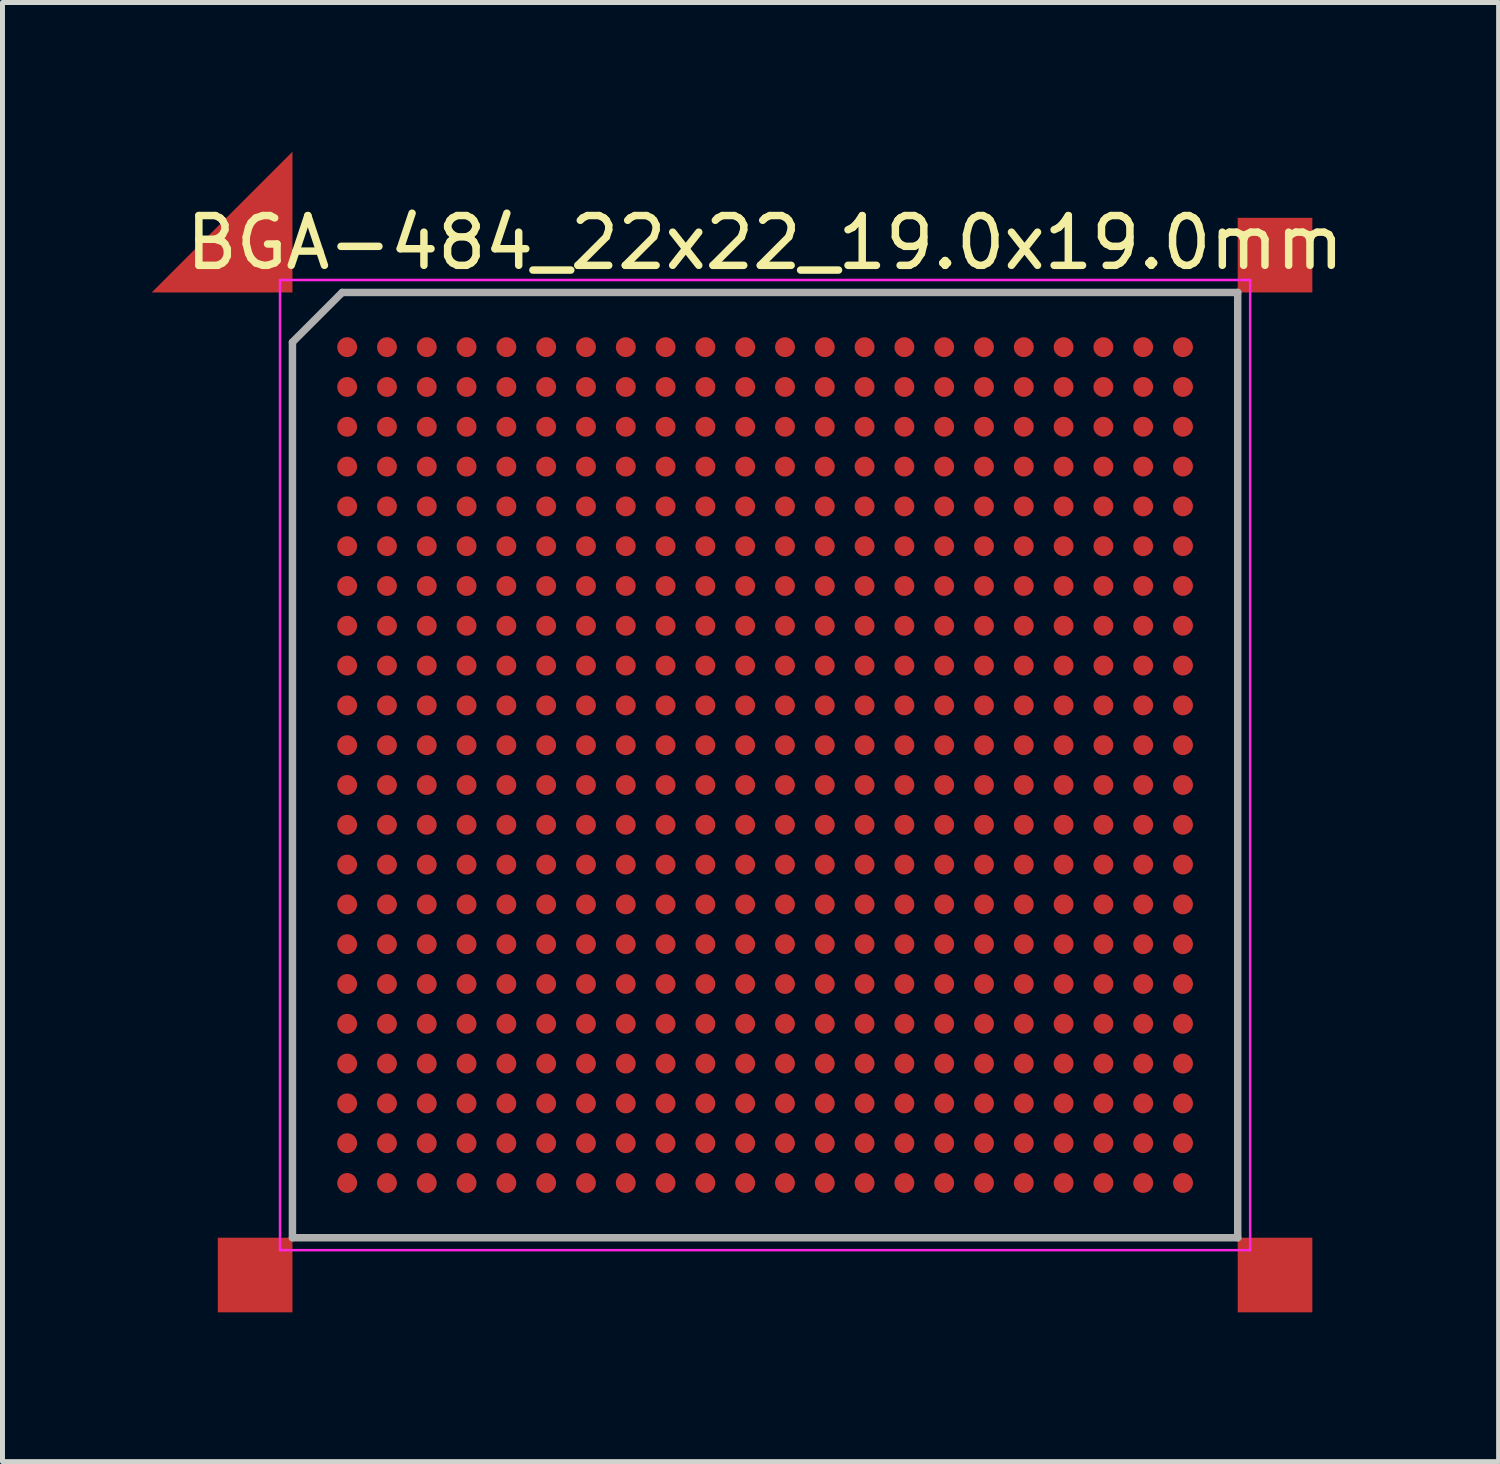
<source format=kicad_pcb>
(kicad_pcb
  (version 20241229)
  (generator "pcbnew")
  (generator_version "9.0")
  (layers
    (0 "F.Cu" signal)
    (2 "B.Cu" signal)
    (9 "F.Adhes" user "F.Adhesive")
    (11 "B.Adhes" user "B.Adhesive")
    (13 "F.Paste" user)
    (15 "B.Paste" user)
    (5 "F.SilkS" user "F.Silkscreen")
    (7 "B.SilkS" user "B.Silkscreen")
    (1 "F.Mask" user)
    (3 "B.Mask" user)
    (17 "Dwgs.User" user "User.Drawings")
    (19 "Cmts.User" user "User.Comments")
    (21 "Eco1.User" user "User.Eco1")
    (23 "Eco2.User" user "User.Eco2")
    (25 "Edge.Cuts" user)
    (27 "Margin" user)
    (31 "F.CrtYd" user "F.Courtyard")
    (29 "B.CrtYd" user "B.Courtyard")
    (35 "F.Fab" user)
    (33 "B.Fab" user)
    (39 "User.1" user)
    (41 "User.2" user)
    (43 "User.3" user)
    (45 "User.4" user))
  (footprint "BGA-484_22x22_19.0x19.0mm"
    (layer "F.Cu")
    (at 12.328 12.328)
    (property "Reference" "BGA-484_22x22_19.0x19.0mm" (at 0 -10.5 0) (layer "F.SilkS") (effects (font (size 1 1) (thickness 0.15))))
    (attr smd)
    (fp_line (start -9.75 -9.75) (end 9.75 -9.75) (stroke (width 0.05) (type solid)) (layer "F.CrtYd"))
    (fp_line (start -9.75 9.75) (end -9.75 -9.75) (stroke (width 0.05) (type solid)) (layer "F.CrtYd"))
    (fp_line (start 9.75 -9.75) (end 9.75 9.75) (stroke (width 0.05) (type solid)) (layer "F.CrtYd"))
    (fp_line (start 9.75 9.75) (end -9.75 9.75) (stroke (width 0.05) (type solid)) (layer "F.CrtYd"))
    (fp_line (start -9.5 -8.5) (end -9.5 9.5) (stroke (width 0.15) (type solid)) (layer "F.Fab"))
    (fp_line (start -9.5 9.5) (end 9.5 9.5) (stroke (width 0.15) (type solid)) (layer "F.Fab"))
    (fp_line (start -8.5 -9.5) (end -9.5 -8.5) (stroke (width 0.15) (type solid)) (layer "F.Fab"))
    (fp_line (start 9.5 -9.5) (end -8.5 -9.5) (stroke (width 0.15) (type solid)) (layer "F.Fab"))
    (fp_line (start 9.5 9.5) (end 9.5 -9.5) (stroke (width 0.15) (type solid)) (layer "F.Fab"))
    (pad "" smd trapezoid (at -9.5 -9.5 225) (size 2 2) (rect_delta 0 2) (drill (offset 0 1)) (layers "F.Cu"))
    (pad "" smd rect (at -9.5 9.5 90) (size 1.5 1.5) (drill (offset -0.75 -0.75)) (layers "F.Cu"))
    (pad "" smd rect (at 9.5 -9.5 270) (size 1.5 1.5) (drill (offset -0.75 -0.75)) (layers "F.Cu"))
    (pad "" smd rect (at 9.5 9.5 180) (size 1.5 1.5) (drill (offset -0.75 -0.75)) (layers "F.Cu"))
    (pad "A1" smd circle (at -8.4 -8.4) (size 0.4 0.4) (layers "F.Cu" "F.Mask" "F.Paste"))
    (pad "A2" smd circle (at -7.6 -8.4) (size 0.4 0.4) (layers "F.Cu" "F.Mask" "F.Paste"))
    (pad "A3" smd circle (at -6.8 -8.4) (size 0.4 0.4) (layers "F.Cu" "F.Mask" "F.Paste"))
    (pad "A4" smd circle (at -6 -8.4) (size 0.4 0.4) (layers "F.Cu" "F.Mask" "F.Paste"))
    (pad "A5" smd circle (at -5.2 -8.4) (size 0.4 0.4) (layers "F.Cu" "F.Mask" "F.Paste"))
    (pad "A6" smd circle (at -4.4 -8.4) (size 0.4 0.4) (layers "F.Cu" "F.Mask" "F.Paste"))
    (pad "A7" smd circle (at -3.6 -8.4) (size 0.4 0.4) (layers "F.Cu" "F.Mask" "F.Paste"))
    (pad "A8" smd circle (at -2.8 -8.4) (size 0.4 0.4) (layers "F.Cu" "F.Mask" "F.Paste"))
    (pad "A9" smd circle (at -2 -8.4) (size 0.4 0.4) (layers "F.Cu" "F.Mask" "F.Paste"))
    (pad "A10" smd circle (at -1.2 -8.4) (size 0.4 0.4) (layers "F.Cu" "F.Mask" "F.Paste"))
    (pad "A11" smd circle (at -0.4 -8.4) (size 0.4 0.4) (layers "F.Cu" "F.Mask" "F.Paste"))
    (pad "A12" smd circle (at 0.4 -8.4) (size 0.4 0.4) (layers "F.Cu" "F.Mask" "F.Paste"))
    (pad "A13" smd circle (at 1.2 -8.4) (size 0.4 0.4) (layers "F.Cu" "F.Mask" "F.Paste"))
    (pad "A14" smd circle (at 2 -8.4) (size 0.4 0.4) (layers "F.Cu" "F.Mask" "F.Paste"))
    (pad "A15" smd circle (at 2.8 -8.4) (size 0.4 0.4) (layers "F.Cu" "F.Mask" "F.Paste"))
    (pad "A16" smd circle (at 3.6 -8.4) (size 0.4 0.4) (layers "F.Cu" "F.Mask" "F.Paste"))
    (pad "A17" smd circle (at 4.4 -8.4) (size 0.4 0.4) (layers "F.Cu" "F.Mask" "F.Paste"))
    (pad "A18" smd circle (at 5.2 -8.4) (size 0.4 0.4) (layers "F.Cu" "F.Mask" "F.Paste"))
    (pad "A19" smd circle (at 6 -8.4) (size 0.4 0.4) (layers "F.Cu" "F.Mask" "F.Paste"))
    (pad "A20" smd circle (at 6.8 -8.4) (size 0.4 0.4) (layers "F.Cu" "F.Mask" "F.Paste"))
    (pad "A21" smd circle (at 7.6 -8.4) (size 0.4 0.4) (layers "F.Cu" "F.Mask" "F.Paste"))
    (pad "A22" smd circle (at 8.4 -8.4) (size 0.4 0.4) (layers "F.Cu" "F.Mask" "F.Paste"))
    (pad "AA1" smd circle (at -8.4 7.6) (size 0.4 0.4) (layers "F.Cu" "F.Mask" "F.Paste"))
    (pad "AA2" smd circle (at -7.6 7.6) (size 0.4 0.4) (layers "F.Cu" "F.Mask" "F.Paste"))
    (pad "AA3" smd circle (at -6.8 7.6) (size 0.4 0.4) (layers "F.Cu" "F.Mask" "F.Paste"))
    (pad "AA4" smd circle (at -6 7.6) (size 0.4 0.4) (layers "F.Cu" "F.Mask" "F.Paste"))
    (pad "AA5" smd circle (at -5.2 7.6) (size 0.4 0.4) (layers "F.Cu" "F.Mask" "F.Paste"))
    (pad "AA6" smd circle (at -4.4 7.6) (size 0.4 0.4) (layers "F.Cu" "F.Mask" "F.Paste"))
    (pad "AA7" smd circle (at -3.6 7.6) (size 0.4 0.4) (layers "F.Cu" "F.Mask" "F.Paste"))
    (pad "AA8" smd circle (at -2.8 7.6) (size 0.4 0.4) (layers "F.Cu" "F.Mask" "F.Paste"))
    (pad "AA9" smd circle (at -2 7.6) (size 0.4 0.4) (layers "F.Cu" "F.Mask" "F.Paste"))
    (pad "AA10" smd circle (at -1.2 7.6) (size 0.4 0.4) (layers "F.Cu" "F.Mask" "F.Paste"))
    (pad "AA11" smd circle (at -0.4 7.6) (size 0.4 0.4) (layers "F.Cu" "F.Mask" "F.Paste"))
    (pad "AA12" smd circle (at 0.4 7.6) (size 0.4 0.4) (layers "F.Cu" "F.Mask" "F.Paste"))
    (pad "AA13" smd circle (at 1.2 7.6) (size 0.4 0.4) (layers "F.Cu" "F.Mask" "F.Paste"))
    (pad "AA14" smd circle (at 2 7.6) (size 0.4 0.4) (layers "F.Cu" "F.Mask" "F.Paste"))
    (pad "AA15" smd circle (at 2.8 7.6) (size 0.4 0.4) (layers "F.Cu" "F.Mask" "F.Paste"))
    (pad "AA16" smd circle (at 3.6 7.6) (size 0.4 0.4) (layers "F.Cu" "F.Mask" "F.Paste"))
    (pad "AA17" smd circle (at 4.4 7.6) (size 0.4 0.4) (layers "F.Cu" "F.Mask" "F.Paste"))
    (pad "AA18" smd circle (at 5.2 7.6) (size 0.4 0.4) (layers "F.Cu" "F.Mask" "F.Paste"))
    (pad "AA19" smd circle (at 6 7.6) (size 0.4 0.4) (layers "F.Cu" "F.Mask" "F.Paste"))
    (pad "AA20" smd circle (at 6.8 7.6) (size 0.4 0.4) (layers "F.Cu" "F.Mask" "F.Paste"))
    (pad "AA21" smd circle (at 7.6 7.6) (size 0.4 0.4) (layers "F.Cu" "F.Mask" "F.Paste"))
    (pad "AA22" smd circle (at 8.4 7.6) (size 0.4 0.4) (layers "F.Cu" "F.Mask" "F.Paste"))
    (pad "AB1" smd circle (at -8.4 8.4) (size 0.4 0.4) (layers "F.Cu" "F.Mask" "F.Paste"))
    (pad "AB2" smd circle (at -7.6 8.4) (size 0.4 0.4) (layers "F.Cu" "F.Mask" "F.Paste"))
    (pad "AB3" smd circle (at -6.8 8.4) (size 0.4 0.4) (layers "F.Cu" "F.Mask" "F.Paste"))
    (pad "AB4" smd circle (at -6 8.4) (size 0.4 0.4) (layers "F.Cu" "F.Mask" "F.Paste"))
    (pad "AB5" smd circle (at -5.2 8.4) (size 0.4 0.4) (layers "F.Cu" "F.Mask" "F.Paste"))
    (pad "AB6" smd circle (at -4.4 8.4) (size 0.4 0.4) (layers "F.Cu" "F.Mask" "F.Paste"))
    (pad "AB7" smd circle (at -3.6 8.4) (size 0.4 0.4) (layers "F.Cu" "F.Mask" "F.Paste"))
    (pad "AB8" smd circle (at -2.8 8.4) (size 0.4 0.4) (layers "F.Cu" "F.Mask" "F.Paste"))
    (pad "AB9" smd circle (at -2 8.4) (size 0.4 0.4) (layers "F.Cu" "F.Mask" "F.Paste"))
    (pad "AB10" smd circle (at -1.2 8.4) (size 0.4 0.4) (layers "F.Cu" "F.Mask" "F.Paste"))
    (pad "AB11" smd circle (at -0.4 8.4) (size 0.4 0.4) (layers "F.Cu" "F.Mask" "F.Paste"))
    (pad "AB12" smd circle (at 0.4 8.4) (size 0.4 0.4) (layers "F.Cu" "F.Mask" "F.Paste"))
    (pad "AB13" smd circle (at 1.2 8.4) (size 0.4 0.4) (layers "F.Cu" "F.Mask" "F.Paste"))
    (pad "AB14" smd circle (at 2 8.4) (size 0.4 0.4) (layers "F.Cu" "F.Mask" "F.Paste"))
    (pad "AB15" smd circle (at 2.8 8.4) (size 0.4 0.4) (layers "F.Cu" "F.Mask" "F.Paste"))
    (pad "AB16" smd circle (at 3.6 8.4) (size 0.4 0.4) (layers "F.Cu" "F.Mask" "F.Paste"))
    (pad "AB17" smd circle (at 4.4 8.4) (size 0.4 0.4) (layers "F.Cu" "F.Mask" "F.Paste"))
    (pad "AB18" smd circle (at 5.2 8.4) (size 0.4 0.4) (layers "F.Cu" "F.Mask" "F.Paste"))
    (pad "AB19" smd circle (at 6 8.4) (size 0.4 0.4) (layers "F.Cu" "F.Mask" "F.Paste"))
    (pad "AB20" smd circle (at 6.8 8.4) (size 0.4 0.4) (layers "F.Cu" "F.Mask" "F.Paste"))
    (pad "AB21" smd circle (at 7.6 8.4) (size 0.4 0.4) (layers "F.Cu" "F.Mask" "F.Paste"))
    (pad "AB22" smd circle (at 8.4 8.4) (size 0.4 0.4) (layers "F.Cu" "F.Mask" "F.Paste"))
    (pad "B1" smd circle (at -8.4 -7.6) (size 0.4 0.4) (layers "F.Cu" "F.Mask" "F.Paste"))
    (pad "B2" smd circle (at -7.6 -7.6) (size 0.4 0.4) (layers "F.Cu" "F.Mask" "F.Paste"))
    (pad "B3" smd circle (at -6.8 -7.6) (size 0.4 0.4) (layers "F.Cu" "F.Mask" "F.Paste"))
    (pad "B4" smd circle (at -6 -7.6) (size 0.4 0.4) (layers "F.Cu" "F.Mask" "F.Paste"))
    (pad "B5" smd circle (at -5.2 -7.6) (size 0.4 0.4) (layers "F.Cu" "F.Mask" "F.Paste"))
    (pad "B6" smd circle (at -4.4 -7.6) (size 0.4 0.4) (layers "F.Cu" "F.Mask" "F.Paste"))
    (pad "B7" smd circle (at -3.6 -7.6) (size 0.4 0.4) (layers "F.Cu" "F.Mask" "F.Paste"))
    (pad "B8" smd circle (at -2.8 -7.6) (size 0.4 0.4) (layers "F.Cu" "F.Mask" "F.Paste"))
    (pad "B9" smd circle (at -2 -7.6) (size 0.4 0.4) (layers "F.Cu" "F.Mask" "F.Paste"))
    (pad "B10" smd circle (at -1.2 -7.6) (size 0.4 0.4) (layers "F.Cu" "F.Mask" "F.Paste"))
    (pad "B11" smd circle (at -0.4 -7.6) (size 0.4 0.4) (layers "F.Cu" "F.Mask" "F.Paste"))
    (pad "B12" smd circle (at 0.4 -7.6) (size 0.4 0.4) (layers "F.Cu" "F.Mask" "F.Paste"))
    (pad "B13" smd circle (at 1.2 -7.6) (size 0.4 0.4) (layers "F.Cu" "F.Mask" "F.Paste"))
    (pad "B14" smd circle (at 2 -7.6) (size 0.4 0.4) (layers "F.Cu" "F.Mask" "F.Paste"))
    (pad "B15" smd circle (at 2.8 -7.6) (size 0.4 0.4) (layers "F.Cu" "F.Mask" "F.Paste"))
    (pad "B16" smd circle (at 3.6 -7.6) (size 0.4 0.4) (layers "F.Cu" "F.Mask" "F.Paste"))
    (pad "B17" smd circle (at 4.4 -7.6) (size 0.4 0.4) (layers "F.Cu" "F.Mask" "F.Paste"))
    (pad "B18" smd circle (at 5.2 -7.6) (size 0.4 0.4) (layers "F.Cu" "F.Mask" "F.Paste"))
    (pad "B19" smd circle (at 6 -7.6) (size 0.4 0.4) (layers "F.Cu" "F.Mask" "F.Paste"))
    (pad "B20" smd circle (at 6.8 -7.6) (size 0.4 0.4) (layers "F.Cu" "F.Mask" "F.Paste"))
    (pad "B21" smd circle (at 7.6 -7.6) (size 0.4 0.4) (layers "F.Cu" "F.Mask" "F.Paste"))
    (pad "B22" smd circle (at 8.4 -7.6) (size 0.4 0.4) (layers "F.Cu" "F.Mask" "F.Paste"))
    (pad "C1" smd circle (at -8.4 -6.8) (size 0.4 0.4) (layers "F.Cu" "F.Mask" "F.Paste"))
    (pad "C2" smd circle (at -7.6 -6.8) (size 0.4 0.4) (layers "F.Cu" "F.Mask" "F.Paste"))
    (pad "C3" smd circle (at -6.8 -6.8) (size 0.4 0.4) (layers "F.Cu" "F.Mask" "F.Paste"))
    (pad "C4" smd circle (at -6 -6.8) (size 0.4 0.4) (layers "F.Cu" "F.Mask" "F.Paste"))
    (pad "C5" smd circle (at -5.2 -6.8) (size 0.4 0.4) (layers "F.Cu" "F.Mask" "F.Paste"))
    (pad "C6" smd circle (at -4.4 -6.8) (size 0.4 0.4) (layers "F.Cu" "F.Mask" "F.Paste"))
    (pad "C7" smd circle (at -3.6 -6.8) (size 0.4 0.4) (layers "F.Cu" "F.Mask" "F.Paste"))
    (pad "C8" smd circle (at -2.8 -6.8) (size 0.4 0.4) (layers "F.Cu" "F.Mask" "F.Paste"))
    (pad "C9" smd circle (at -2 -6.8) (size 0.4 0.4) (layers "F.Cu" "F.Mask" "F.Paste"))
    (pad "C10" smd circle (at -1.2 -6.8) (size 0.4 0.4) (layers "F.Cu" "F.Mask" "F.Paste"))
    (pad "C11" smd circle (at -0.4 -6.8) (size 0.4 0.4) (layers "F.Cu" "F.Mask" "F.Paste"))
    (pad "C12" smd circle (at 0.4 -6.8) (size 0.4 0.4) (layers "F.Cu" "F.Mask" "F.Paste"))
    (pad "C13" smd circle (at 1.2 -6.8) (size 0.4 0.4) (layers "F.Cu" "F.Mask" "F.Paste"))
    (pad "C14" smd circle (at 2 -6.8) (size 0.4 0.4) (layers "F.Cu" "F.Mask" "F.Paste"))
    (pad "C15" smd circle (at 2.8 -6.8) (size 0.4 0.4) (layers "F.Cu" "F.Mask" "F.Paste"))
    (pad "C16" smd circle (at 3.6 -6.8) (size 0.4 0.4) (layers "F.Cu" "F.Mask" "F.Paste"))
    (pad "C17" smd circle (at 4.4 -6.8) (size 0.4 0.4) (layers "F.Cu" "F.Mask" "F.Paste"))
    (pad "C18" smd circle (at 5.2 -6.8) (size 0.4 0.4) (layers "F.Cu" "F.Mask" "F.Paste"))
    (pad "C19" smd circle (at 6 -6.8) (size 0.4 0.4) (layers "F.Cu" "F.Mask" "F.Paste"))
    (pad "C20" smd circle (at 6.8 -6.8) (size 0.4 0.4) (layers "F.Cu" "F.Mask" "F.Paste"))
    (pad "C21" smd circle (at 7.6 -6.8) (size 0.4 0.4) (layers "F.Cu" "F.Mask" "F.Paste"))
    (pad "C22" smd circle (at 8.4 -6.8) (size 0.4 0.4) (layers "F.Cu" "F.Mask" "F.Paste"))
    (pad "D1" smd circle (at -8.4 -6) (size 0.4 0.4) (layers "F.Cu" "F.Mask" "F.Paste"))
    (pad "D2" smd circle (at -7.6 -6) (size 0.4 0.4) (layers "F.Cu" "F.Mask" "F.Paste"))
    (pad "D3" smd circle (at -6.8 -6) (size 0.4 0.4) (layers "F.Cu" "F.Mask" "F.Paste"))
    (pad "D4" smd circle (at -6 -6) (size 0.4 0.4) (layers "F.Cu" "F.Mask" "F.Paste"))
    (pad "D5" smd circle (at -5.2 -6) (size 0.4 0.4) (layers "F.Cu" "F.Mask" "F.Paste"))
    (pad "D6" smd circle (at -4.4 -6) (size 0.4 0.4) (layers "F.Cu" "F.Mask" "F.Paste"))
    (pad "D7" smd circle (at -3.6 -6) (size 0.4 0.4) (layers "F.Cu" "F.Mask" "F.Paste"))
    (pad "D8" smd circle (at -2.8 -6) (size 0.4 0.4) (layers "F.Cu" "F.Mask" "F.Paste"))
    (pad "D9" smd circle (at -2 -6) (size 0.4 0.4) (layers "F.Cu" "F.Mask" "F.Paste"))
    (pad "D10" smd circle (at -1.2 -6) (size 0.4 0.4) (layers "F.Cu" "F.Mask" "F.Paste"))
    (pad "D11" smd circle (at -0.4 -6) (size 0.4 0.4) (layers "F.Cu" "F.Mask" "F.Paste"))
    (pad "D12" smd circle (at 0.4 -6) (size 0.4 0.4) (layers "F.Cu" "F.Mask" "F.Paste"))
    (pad "D13" smd circle (at 1.2 -6) (size 0.4 0.4) (layers "F.Cu" "F.Mask" "F.Paste"))
    (pad "D14" smd circle (at 2 -6) (size 0.4 0.4) (layers "F.Cu" "F.Mask" "F.Paste"))
    (pad "D15" smd circle (at 2.8 -6) (size 0.4 0.4) (layers "F.Cu" "F.Mask" "F.Paste"))
    (pad "D16" smd circle (at 3.6 -6) (size 0.4 0.4) (layers "F.Cu" "F.Mask" "F.Paste"))
    (pad "D17" smd circle (at 4.4 -6) (size 0.4 0.4) (layers "F.Cu" "F.Mask" "F.Paste"))
    (pad "D18" smd circle (at 5.2 -6) (size 0.4 0.4) (layers "F.Cu" "F.Mask" "F.Paste"))
    (pad "D19" smd circle (at 6 -6) (size 0.4 0.4) (layers "F.Cu" "F.Mask" "F.Paste"))
    (pad "D20" smd circle (at 6.8 -6) (size 0.4 0.4) (layers "F.Cu" "F.Mask" "F.Paste"))
    (pad "D21" smd circle (at 7.6 -6) (size 0.4 0.4) (layers "F.Cu" "F.Mask" "F.Paste"))
    (pad "D22" smd circle (at 8.4 -6) (size 0.4 0.4) (layers "F.Cu" "F.Mask" "F.Paste"))
    (pad "E1" smd circle (at -8.4 -5.2) (size 0.4 0.4) (layers "F.Cu" "F.Mask" "F.Paste"))
    (pad "E2" smd circle (at -7.6 -5.2) (size 0.4 0.4) (layers "F.Cu" "F.Mask" "F.Paste"))
    (pad "E3" smd circle (at -6.8 -5.2) (size 0.4 0.4) (layers "F.Cu" "F.Mask" "F.Paste"))
    (pad "E4" smd circle (at -6 -5.2) (size 0.4 0.4) (layers "F.Cu" "F.Mask" "F.Paste"))
    (pad "E5" smd circle (at -5.2 -5.2) (size 0.4 0.4) (layers "F.Cu" "F.Mask" "F.Paste"))
    (pad "E6" smd circle (at -4.4 -5.2) (size 0.4 0.4) (layers "F.Cu" "F.Mask" "F.Paste"))
    (pad "E7" smd circle (at -3.6 -5.2) (size 0.4 0.4) (layers "F.Cu" "F.Mask" "F.Paste"))
    (pad "E8" smd circle (at -2.8 -5.2) (size 0.4 0.4) (layers "F.Cu" "F.Mask" "F.Paste"))
    (pad "E9" smd circle (at -2 -5.2) (size 0.4 0.4) (layers "F.Cu" "F.Mask" "F.Paste"))
    (pad "E10" smd circle (at -1.2 -5.2) (size 0.4 0.4) (layers "F.Cu" "F.Mask" "F.Paste"))
    (pad "E11" smd circle (at -0.4 -5.2) (size 0.4 0.4) (layers "F.Cu" "F.Mask" "F.Paste"))
    (pad "E12" smd circle (at 0.4 -5.2) (size 0.4 0.4) (layers "F.Cu" "F.Mask" "F.Paste"))
    (pad "E13" smd circle (at 1.2 -5.2) (size 0.4 0.4) (layers "F.Cu" "F.Mask" "F.Paste"))
    (pad "E14" smd circle (at 2 -5.2) (size 0.4 0.4) (layers "F.Cu" "F.Mask" "F.Paste"))
    (pad "E15" smd circle (at 2.8 -5.2) (size 0.4 0.4) (layers "F.Cu" "F.Mask" "F.Paste"))
    (pad "E16" smd circle (at 3.6 -5.2) (size 0.4 0.4) (layers "F.Cu" "F.Mask" "F.Paste"))
    (pad "E17" smd circle (at 4.4 -5.2) (size 0.4 0.4) (layers "F.Cu" "F.Mask" "F.Paste"))
    (pad "E18" smd circle (at 5.2 -5.2) (size 0.4 0.4) (layers "F.Cu" "F.Mask" "F.Paste"))
    (pad "E19" smd circle (at 6 -5.2) (size 0.4 0.4) (layers "F.Cu" "F.Mask" "F.Paste"))
    (pad "E20" smd circle (at 6.8 -5.2) (size 0.4 0.4) (layers "F.Cu" "F.Mask" "F.Paste"))
    (pad "E21" smd circle (at 7.6 -5.2) (size 0.4 0.4) (layers "F.Cu" "F.Mask" "F.Paste"))
    (pad "E22" smd circle (at 8.4 -5.2) (size 0.4 0.4) (layers "F.Cu" "F.Mask" "F.Paste"))
    (pad "F1" smd circle (at -8.4 -4.4) (size 0.4 0.4) (layers "F.Cu" "F.Mask" "F.Paste"))
    (pad "F2" smd circle (at -7.6 -4.4) (size 0.4 0.4) (layers "F.Cu" "F.Mask" "F.Paste"))
    (pad "F3" smd circle (at -6.8 -4.4) (size 0.4 0.4) (layers "F.Cu" "F.Mask" "F.Paste"))
    (pad "F4" smd circle (at -6 -4.4) (size 0.4 0.4) (layers "F.Cu" "F.Mask" "F.Paste"))
    (pad "F5" smd circle (at -5.2 -4.4) (size 0.4 0.4) (layers "F.Cu" "F.Mask" "F.Paste"))
    (pad "F6" smd circle (at -4.4 -4.4) (size 0.4 0.4) (layers "F.Cu" "F.Mask" "F.Paste"))
    (pad "F7" smd circle (at -3.6 -4.4) (size 0.4 0.4) (layers "F.Cu" "F.Mask" "F.Paste"))
    (pad "F8" smd circle (at -2.8 -4.4) (size 0.4 0.4) (layers "F.Cu" "F.Mask" "F.Paste"))
    (pad "F9" smd circle (at -2 -4.4) (size 0.4 0.4) (layers "F.Cu" "F.Mask" "F.Paste"))
    (pad "F10" smd circle (at -1.2 -4.4) (size 0.4 0.4) (layers "F.Cu" "F.Mask" "F.Paste"))
    (pad "F11" smd circle (at -0.4 -4.4) (size 0.4 0.4) (layers "F.Cu" "F.Mask" "F.Paste"))
    (pad "F12" smd circle (at 0.4 -4.4) (size 0.4 0.4) (layers "F.Cu" "F.Mask" "F.Paste"))
    (pad "F13" smd circle (at 1.2 -4.4) (size 0.4 0.4) (layers "F.Cu" "F.Mask" "F.Paste"))
    (pad "F14" smd circle (at 2 -4.4) (size 0.4 0.4) (layers "F.Cu" "F.Mask" "F.Paste"))
    (pad "F15" smd circle (at 2.8 -4.4) (size 0.4 0.4) (layers "F.Cu" "F.Mask" "F.Paste"))
    (pad "F16" smd circle (at 3.6 -4.4) (size 0.4 0.4) (layers "F.Cu" "F.Mask" "F.Paste"))
    (pad "F17" smd circle (at 4.4 -4.4) (size 0.4 0.4) (layers "F.Cu" "F.Mask" "F.Paste"))
    (pad "F18" smd circle (at 5.2 -4.4) (size 0.4 0.4) (layers "F.Cu" "F.Mask" "F.Paste"))
    (pad "F19" smd circle (at 6 -4.4) (size 0.4 0.4) (layers "F.Cu" "F.Mask" "F.Paste"))
    (pad "F20" smd circle (at 6.8 -4.4) (size 0.4 0.4) (layers "F.Cu" "F.Mask" "F.Paste"))
    (pad "F21" smd circle (at 7.6 -4.4) (size 0.4 0.4) (layers "F.Cu" "F.Mask" "F.Paste"))
    (pad "F22" smd circle (at 8.4 -4.4) (size 0.4 0.4) (layers "F.Cu" "F.Mask" "F.Paste"))
    (pad "G1" smd circle (at -8.4 -3.6) (size 0.4 0.4) (layers "F.Cu" "F.Mask" "F.Paste"))
    (pad "G2" smd circle (at -7.6 -3.6) (size 0.4 0.4) (layers "F.Cu" "F.Mask" "F.Paste"))
    (pad "G3" smd circle (at -6.8 -3.6) (size 0.4 0.4) (layers "F.Cu" "F.Mask" "F.Paste"))
    (pad "G4" smd circle (at -6 -3.6) (size 0.4 0.4) (layers "F.Cu" "F.Mask" "F.Paste"))
    (pad "G5" smd circle (at -5.2 -3.6) (size 0.4 0.4) (layers "F.Cu" "F.Mask" "F.Paste"))
    (pad "G6" smd circle (at -4.4 -3.6) (size 0.4 0.4) (layers "F.Cu" "F.Mask" "F.Paste"))
    (pad "G7" smd circle (at -3.6 -3.6) (size 0.4 0.4) (layers "F.Cu" "F.Mask" "F.Paste"))
    (pad "G8" smd circle (at -2.8 -3.6) (size 0.4 0.4) (layers "F.Cu" "F.Mask" "F.Paste"))
    (pad "G9" smd circle (at -2 -3.6) (size 0.4 0.4) (layers "F.Cu" "F.Mask" "F.Paste"))
    (pad "G10" smd circle (at -1.2 -3.6) (size 0.4 0.4) (layers "F.Cu" "F.Mask" "F.Paste"))
    (pad "G11" smd circle (at -0.4 -3.6) (size 0.4 0.4) (layers "F.Cu" "F.Mask" "F.Paste"))
    (pad "G12" smd circle (at 0.4 -3.6) (size 0.4 0.4) (layers "F.Cu" "F.Mask" "F.Paste"))
    (pad "G13" smd circle (at 1.2 -3.6) (size 0.4 0.4) (layers "F.Cu" "F.Mask" "F.Paste"))
    (pad "G14" smd circle (at 2 -3.6) (size 0.4 0.4) (layers "F.Cu" "F.Mask" "F.Paste"))
    (pad "G15" smd circle (at 2.8 -3.6) (size 0.4 0.4) (layers "F.Cu" "F.Mask" "F.Paste"))
    (pad "G16" smd circle (at 3.6 -3.6) (size 0.4 0.4) (layers "F.Cu" "F.Mask" "F.Paste"))
    (pad "G17" smd circle (at 4.4 -3.6) (size 0.4 0.4) (layers "F.Cu" "F.Mask" "F.Paste"))
    (pad "G18" smd circle (at 5.2 -3.6) (size 0.4 0.4) (layers "F.Cu" "F.Mask" "F.Paste"))
    (pad "G19" smd circle (at 6 -3.6) (size 0.4 0.4) (layers "F.Cu" "F.Mask" "F.Paste"))
    (pad "G20" smd circle (at 6.8 -3.6) (size 0.4 0.4) (layers "F.Cu" "F.Mask" "F.Paste"))
    (pad "G21" smd circle (at 7.6 -3.6) (size 0.4 0.4) (layers "F.Cu" "F.Mask" "F.Paste"))
    (pad "G22" smd circle (at 8.4 -3.6) (size 0.4 0.4) (layers "F.Cu" "F.Mask" "F.Paste"))
    (pad "H1" smd circle (at -8.4 -2.8) (size 0.4 0.4) (layers "F.Cu" "F.Mask" "F.Paste"))
    (pad "H2" smd circle (at -7.6 -2.8) (size 0.4 0.4) (layers "F.Cu" "F.Mask" "F.Paste"))
    (pad "H3" smd circle (at -6.8 -2.8) (size 0.4 0.4) (layers "F.Cu" "F.Mask" "F.Paste"))
    (pad "H4" smd circle (at -6 -2.8) (size 0.4 0.4) (layers "F.Cu" "F.Mask" "F.Paste"))
    (pad "H5" smd circle (at -5.2 -2.8) (size 0.4 0.4) (layers "F.Cu" "F.Mask" "F.Paste"))
    (pad "H6" smd circle (at -4.4 -2.8) (size 0.4 0.4) (layers "F.Cu" "F.Mask" "F.Paste"))
    (pad "H7" smd circle (at -3.6 -2.8) (size 0.4 0.4) (layers "F.Cu" "F.Mask" "F.Paste"))
    (pad "H8" smd circle (at -2.8 -2.8) (size 0.4 0.4) (layers "F.Cu" "F.Mask" "F.Paste"))
    (pad "H9" smd circle (at -2 -2.8) (size 0.4 0.4) (layers "F.Cu" "F.Mask" "F.Paste"))
    (pad "H10" smd circle (at -1.2 -2.8) (size 0.4 0.4) (layers "F.Cu" "F.Mask" "F.Paste"))
    (pad "H11" smd circle (at -0.4 -2.8) (size 0.4 0.4) (layers "F.Cu" "F.Mask" "F.Paste"))
    (pad "H12" smd circle (at 0.4 -2.8) (size 0.4 0.4) (layers "F.Cu" "F.Mask" "F.Paste"))
    (pad "H13" smd circle (at 1.2 -2.8) (size 0.4 0.4) (layers "F.Cu" "F.Mask" "F.Paste"))
    (pad "H14" smd circle (at 2 -2.8) (size 0.4 0.4) (layers "F.Cu" "F.Mask" "F.Paste"))
    (pad "H15" smd circle (at 2.8 -2.8) (size 0.4 0.4) (layers "F.Cu" "F.Mask" "F.Paste"))
    (pad "H16" smd circle (at 3.6 -2.8) (size 0.4 0.4) (layers "F.Cu" "F.Mask" "F.Paste"))
    (pad "H17" smd circle (at 4.4 -2.8) (size 0.4 0.4) (layers "F.Cu" "F.Mask" "F.Paste"))
    (pad "H18" smd circle (at 5.2 -2.8) (size 0.4 0.4) (layers "F.Cu" "F.Mask" "F.Paste"))
    (pad "H19" smd circle (at 6 -2.8) (size 0.4 0.4) (layers "F.Cu" "F.Mask" "F.Paste"))
    (pad "H20" smd circle (at 6.8 -2.8) (size 0.4 0.4) (layers "F.Cu" "F.Mask" "F.Paste"))
    (pad "H21" smd circle (at 7.6 -2.8) (size 0.4 0.4) (layers "F.Cu" "F.Mask" "F.Paste"))
    (pad "H22" smd circle (at 8.4 -2.8) (size 0.4 0.4) (layers "F.Cu" "F.Mask" "F.Paste"))
    (pad "J1" smd circle (at -8.4 -2) (size 0.4 0.4) (layers "F.Cu" "F.Mask" "F.Paste"))
    (pad "J2" smd circle (at -7.6 -2) (size 0.4 0.4) (layers "F.Cu" "F.Mask" "F.Paste"))
    (pad "J3" smd circle (at -6.8 -2) (size 0.4 0.4) (layers "F.Cu" "F.Mask" "F.Paste"))
    (pad "J4" smd circle (at -6 -2) (size 0.4 0.4) (layers "F.Cu" "F.Mask" "F.Paste"))
    (pad "J5" smd circle (at -5.2 -2) (size 0.4 0.4) (layers "F.Cu" "F.Mask" "F.Paste"))
    (pad "J6" smd circle (at -4.4 -2) (size 0.4 0.4) (layers "F.Cu" "F.Mask" "F.Paste"))
    (pad "J7" smd circle (at -3.6 -2) (size 0.4 0.4) (layers "F.Cu" "F.Mask" "F.Paste"))
    (pad "J8" smd circle (at -2.8 -2) (size 0.4 0.4) (layers "F.Cu" "F.Mask" "F.Paste"))
    (pad "J9" smd circle (at -2 -2) (size 0.4 0.4) (layers "F.Cu" "F.Mask" "F.Paste"))
    (pad "J10" smd circle (at -1.2 -2) (size 0.4 0.4) (layers "F.Cu" "F.Mask" "F.Paste"))
    (pad "J11" smd circle (at -0.4 -2) (size 0.4 0.4) (layers "F.Cu" "F.Mask" "F.Paste"))
    (pad "J12" smd circle (at 0.4 -2) (size 0.4 0.4) (layers "F.Cu" "F.Mask" "F.Paste"))
    (pad "J13" smd circle (at 1.2 -2) (size 0.4 0.4) (layers "F.Cu" "F.Mask" "F.Paste"))
    (pad "J14" smd circle (at 2 -2) (size 0.4 0.4) (layers "F.Cu" "F.Mask" "F.Paste"))
    (pad "J15" smd circle (at 2.8 -2) (size 0.4 0.4) (layers "F.Cu" "F.Mask" "F.Paste"))
    (pad "J16" smd circle (at 3.6 -2) (size 0.4 0.4) (layers "F.Cu" "F.Mask" "F.Paste"))
    (pad "J17" smd circle (at 4.4 -2) (size 0.4 0.4) (layers "F.Cu" "F.Mask" "F.Paste"))
    (pad "J18" smd circle (at 5.2 -2) (size 0.4 0.4) (layers "F.Cu" "F.Mask" "F.Paste"))
    (pad "J19" smd circle (at 6 -2) (size 0.4 0.4) (layers "F.Cu" "F.Mask" "F.Paste"))
    (pad "J20" smd circle (at 6.8 -2) (size 0.4 0.4) (layers "F.Cu" "F.Mask" "F.Paste"))
    (pad "J21" smd circle (at 7.6 -2) (size 0.4 0.4) (layers "F.Cu" "F.Mask" "F.Paste"))
    (pad "J22" smd circle (at 8.4 -2) (size 0.4 0.4) (layers "F.Cu" "F.Mask" "F.Paste"))
    (pad "K1" smd circle (at -8.4 -1.2) (size 0.4 0.4) (layers "F.Cu" "F.Mask" "F.Paste"))
    (pad "K2" smd circle (at -7.6 -1.2) (size 0.4 0.4) (layers "F.Cu" "F.Mask" "F.Paste"))
    (pad "K3" smd circle (at -6.8 -1.2) (size 0.4 0.4) (layers "F.Cu" "F.Mask" "F.Paste"))
    (pad "K4" smd circle (at -6 -1.2) (size 0.4 0.4) (layers "F.Cu" "F.Mask" "F.Paste"))
    (pad "K5" smd circle (at -5.2 -1.2) (size 0.4 0.4) (layers "F.Cu" "F.Mask" "F.Paste"))
    (pad "K6" smd circle (at -4.4 -1.2) (size 0.4 0.4) (layers "F.Cu" "F.Mask" "F.Paste"))
    (pad "K7" smd circle (at -3.6 -1.2) (size 0.4 0.4) (layers "F.Cu" "F.Mask" "F.Paste"))
    (pad "K8" smd circle (at -2.8 -1.2) (size 0.4 0.4) (layers "F.Cu" "F.Mask" "F.Paste"))
    (pad "K9" smd circle (at -2 -1.2) (size 0.4 0.4) (layers "F.Cu" "F.Mask" "F.Paste"))
    (pad "K10" smd circle (at -1.2 -1.2) (size 0.4 0.4) (layers "F.Cu" "F.Mask" "F.Paste"))
    (pad "K11" smd circle (at -0.4 -1.2) (size 0.4 0.4) (layers "F.Cu" "F.Mask" "F.Paste"))
    (pad "K12" smd circle (at 0.4 -1.2) (size 0.4 0.4) (layers "F.Cu" "F.Mask" "F.Paste"))
    (pad "K13" smd circle (at 1.2 -1.2) (size 0.4 0.4) (layers "F.Cu" "F.Mask" "F.Paste"))
    (pad "K14" smd circle (at 2 -1.2) (size 0.4 0.4) (layers "F.Cu" "F.Mask" "F.Paste"))
    (pad "K15" smd circle (at 2.8 -1.2) (size 0.4 0.4) (layers "F.Cu" "F.Mask" "F.Paste"))
    (pad "K16" smd circle (at 3.6 -1.2) (size 0.4 0.4) (layers "F.Cu" "F.Mask" "F.Paste"))
    (pad "K17" smd circle (at 4.4 -1.2) (size 0.4 0.4) (layers "F.Cu" "F.Mask" "F.Paste"))
    (pad "K18" smd circle (at 5.2 -1.2) (size 0.4 0.4) (layers "F.Cu" "F.Mask" "F.Paste"))
    (pad "K19" smd circle (at 6 -1.2) (size 0.4 0.4) (layers "F.Cu" "F.Mask" "F.Paste"))
    (pad "K20" smd circle (at 6.8 -1.2) (size 0.4 0.4) (layers "F.Cu" "F.Mask" "F.Paste"))
    (pad "K21" smd circle (at 7.6 -1.2) (size 0.4 0.4) (layers "F.Cu" "F.Mask" "F.Paste"))
    (pad "K22" smd circle (at 8.4 -1.2) (size 0.4 0.4) (layers "F.Cu" "F.Mask" "F.Paste"))
    (pad "L1" smd circle (at -8.4 -0.4) (size 0.4 0.4) (layers "F.Cu" "F.Mask" "F.Paste"))
    (pad "L2" smd circle (at -7.6 -0.4) (size 0.4 0.4) (layers "F.Cu" "F.Mask" "F.Paste"))
    (pad "L3" smd circle (at -6.8 -0.4) (size 0.4 0.4) (layers "F.Cu" "F.Mask" "F.Paste"))
    (pad "L4" smd circle (at -6 -0.4) (size 0.4 0.4) (layers "F.Cu" "F.Mask" "F.Paste"))
    (pad "L5" smd circle (at -5.2 -0.4) (size 0.4 0.4) (layers "F.Cu" "F.Mask" "F.Paste"))
    (pad "L6" smd circle (at -4.4 -0.4) (size 0.4 0.4) (layers "F.Cu" "F.Mask" "F.Paste"))
    (pad "L7" smd circle (at -3.6 -0.4) (size 0.4 0.4) (layers "F.Cu" "F.Mask" "F.Paste"))
    (pad "L8" smd circle (at -2.8 -0.4) (size 0.4 0.4) (layers "F.Cu" "F.Mask" "F.Paste"))
    (pad "L9" smd circle (at -2 -0.4) (size 0.4 0.4) (layers "F.Cu" "F.Mask" "F.Paste"))
    (pad "L10" smd circle (at -1.2 -0.4) (size 0.4 0.4) (layers "F.Cu" "F.Mask" "F.Paste"))
    (pad "L11" smd circle (at -0.4 -0.4) (size 0.4 0.4) (layers "F.Cu" "F.Mask" "F.Paste"))
    (pad "L12" smd circle (at 0.4 -0.4) (size 0.4 0.4) (layers "F.Cu" "F.Mask" "F.Paste"))
    (pad "L13" smd circle (at 1.2 -0.4) (size 0.4 0.4) (layers "F.Cu" "F.Mask" "F.Paste"))
    (pad "L14" smd circle (at 2 -0.4) (size 0.4 0.4) (layers "F.Cu" "F.Mask" "F.Paste"))
    (pad "L15" smd circle (at 2.8 -0.4) (size 0.4 0.4) (layers "F.Cu" "F.Mask" "F.Paste"))
    (pad "L16" smd circle (at 3.6 -0.4) (size 0.4 0.4) (layers "F.Cu" "F.Mask" "F.Paste"))
    (pad "L17" smd circle (at 4.4 -0.4) (size 0.4 0.4) (layers "F.Cu" "F.Mask" "F.Paste"))
    (pad "L18" smd circle (at 5.2 -0.4) (size 0.4 0.4) (layers "F.Cu" "F.Mask" "F.Paste"))
    (pad "L19" smd circle (at 6 -0.4) (size 0.4 0.4) (layers "F.Cu" "F.Mask" "F.Paste"))
    (pad "L20" smd circle (at 6.8 -0.4) (size 0.4 0.4) (layers "F.Cu" "F.Mask" "F.Paste"))
    (pad "L21" smd circle (at 7.6 -0.4) (size 0.4 0.4) (layers "F.Cu" "F.Mask" "F.Paste"))
    (pad "L22" smd circle (at 8.4 -0.4) (size 0.4 0.4) (layers "F.Cu" "F.Mask" "F.Paste"))
    (pad "M1" smd circle (at -8.4 0.4) (size 0.4 0.4) (layers "F.Cu" "F.Mask" "F.Paste"))
    (pad "M2" smd circle (at -7.6 0.4) (size 0.4 0.4) (layers "F.Cu" "F.Mask" "F.Paste"))
    (pad "M3" smd circle (at -6.8 0.4) (size 0.4 0.4) (layers "F.Cu" "F.Mask" "F.Paste"))
    (pad "M4" smd circle (at -6 0.4) (size 0.4 0.4) (layers "F.Cu" "F.Mask" "F.Paste"))
    (pad "M5" smd circle (at -5.2 0.4) (size 0.4 0.4) (layers "F.Cu" "F.Mask" "F.Paste"))
    (pad "M6" smd circle (at -4.4 0.4) (size 0.4 0.4) (layers "F.Cu" "F.Mask" "F.Paste"))
    (pad "M7" smd circle (at -3.6 0.4) (size 0.4 0.4) (layers "F.Cu" "F.Mask" "F.Paste"))
    (pad "M8" smd circle (at -2.8 0.4) (size 0.4 0.4) (layers "F.Cu" "F.Mask" "F.Paste"))
    (pad "M9" smd circle (at -2 0.4) (size 0.4 0.4) (layers "F.Cu" "F.Mask" "F.Paste"))
    (pad "M10" smd circle (at -1.2 0.4) (size 0.4 0.4) (layers "F.Cu" "F.Mask" "F.Paste"))
    (pad "M11" smd circle (at -0.4 0.4) (size 0.4 0.4) (layers "F.Cu" "F.Mask" "F.Paste"))
    (pad "M12" smd circle (at 0.4 0.4) (size 0.4 0.4) (layers "F.Cu" "F.Mask" "F.Paste"))
    (pad "M13" smd circle (at 1.2 0.4) (size 0.4 0.4) (layers "F.Cu" "F.Mask" "F.Paste"))
    (pad "M14" smd circle (at 2 0.4) (size 0.4 0.4) (layers "F.Cu" "F.Mask" "F.Paste"))
    (pad "M15" smd circle (at 2.8 0.4) (size 0.4 0.4) (layers "F.Cu" "F.Mask" "F.Paste"))
    (pad "M16" smd circle (at 3.6 0.4) (size 0.4 0.4) (layers "F.Cu" "F.Mask" "F.Paste"))
    (pad "M17" smd circle (at 4.4 0.4) (size 0.4 0.4) (layers "F.Cu" "F.Mask" "F.Paste"))
    (pad "M18" smd circle (at 5.2 0.4) (size 0.4 0.4) (layers "F.Cu" "F.Mask" "F.Paste"))
    (pad "M19" smd circle (at 6 0.4) (size 0.4 0.4) (layers "F.Cu" "F.Mask" "F.Paste"))
    (pad "M20" smd circle (at 6.8 0.4) (size 0.4 0.4) (layers "F.Cu" "F.Mask" "F.Paste"))
    (pad "M21" smd circle (at 7.6 0.4) (size 0.4 0.4) (layers "F.Cu" "F.Mask" "F.Paste"))
    (pad "M22" smd circle (at 8.4 0.4) (size 0.4 0.4) (layers "F.Cu" "F.Mask" "F.Paste"))
    (pad "N1" smd circle (at -8.4 1.2) (size 0.4 0.4) (layers "F.Cu" "F.Mask" "F.Paste"))
    (pad "N2" smd circle (at -7.6 1.2) (size 0.4 0.4) (layers "F.Cu" "F.Mask" "F.Paste"))
    (pad "N3" smd circle (at -6.8 1.2) (size 0.4 0.4) (layers "F.Cu" "F.Mask" "F.Paste"))
    (pad "N4" smd circle (at -6 1.2) (size 0.4 0.4) (layers "F.Cu" "F.Mask" "F.Paste"))
    (pad "N5" smd circle (at -5.2 1.2) (size 0.4 0.4) (layers "F.Cu" "F.Mask" "F.Paste"))
    (pad "N6" smd circle (at -4.4 1.2) (size 0.4 0.4) (layers "F.Cu" "F.Mask" "F.Paste"))
    (pad "N7" smd circle (at -3.6 1.2) (size 0.4 0.4) (layers "F.Cu" "F.Mask" "F.Paste"))
    (pad "N8" smd circle (at -2.8 1.2) (size 0.4 0.4) (layers "F.Cu" "F.Mask" "F.Paste"))
    (pad "N9" smd circle (at -2 1.2) (size 0.4 0.4) (layers "F.Cu" "F.Mask" "F.Paste"))
    (pad "N10" smd circle (at -1.2 1.2) (size 0.4 0.4) (layers "F.Cu" "F.Mask" "F.Paste"))
    (pad "N11" smd circle (at -0.4 1.2) (size 0.4 0.4) (layers "F.Cu" "F.Mask" "F.Paste"))
    (pad "N12" smd circle (at 0.4 1.2) (size 0.4 0.4) (layers "F.Cu" "F.Mask" "F.Paste"))
    (pad "N13" smd circle (at 1.2 1.2) (size 0.4 0.4) (layers "F.Cu" "F.Mask" "F.Paste"))
    (pad "N14" smd circle (at 2 1.2) (size 0.4 0.4) (layers "F.Cu" "F.Mask" "F.Paste"))
    (pad "N15" smd circle (at 2.8 1.2) (size 0.4 0.4) (layers "F.Cu" "F.Mask" "F.Paste"))
    (pad "N16" smd circle (at 3.6 1.2) (size 0.4 0.4) (layers "F.Cu" "F.Mask" "F.Paste"))
    (pad "N17" smd circle (at 4.4 1.2) (size 0.4 0.4) (layers "F.Cu" "F.Mask" "F.Paste"))
    (pad "N18" smd circle (at 5.2 1.2) (size 0.4 0.4) (layers "F.Cu" "F.Mask" "F.Paste"))
    (pad "N19" smd circle (at 6 1.2) (size 0.4 0.4) (layers "F.Cu" "F.Mask" "F.Paste"))
    (pad "N20" smd circle (at 6.8 1.2) (size 0.4 0.4) (layers "F.Cu" "F.Mask" "F.Paste"))
    (pad "N21" smd circle (at 7.6 1.2) (size 0.4 0.4) (layers "F.Cu" "F.Mask" "F.Paste"))
    (pad "N22" smd circle (at 8.4 1.2) (size 0.4 0.4) (layers "F.Cu" "F.Mask" "F.Paste"))
    (pad "P1" smd circle (at -8.4 2) (size 0.4 0.4) (layers "F.Cu" "F.Mask" "F.Paste"))
    (pad "P2" smd circle (at -7.6 2) (size 0.4 0.4) (layers "F.Cu" "F.Mask" "F.Paste"))
    (pad "P3" smd circle (at -6.8 2) (size 0.4 0.4) (layers "F.Cu" "F.Mask" "F.Paste"))
    (pad "P4" smd circle (at -6 2) (size 0.4 0.4) (layers "F.Cu" "F.Mask" "F.Paste"))
    (pad "P5" smd circle (at -5.2 2) (size 0.4 0.4) (layers "F.Cu" "F.Mask" "F.Paste"))
    (pad "P6" smd circle (at -4.4 2) (size 0.4 0.4) (layers "F.Cu" "F.Mask" "F.Paste"))
    (pad "P7" smd circle (at -3.6 2) (size 0.4 0.4) (layers "F.Cu" "F.Mask" "F.Paste"))
    (pad "P8" smd circle (at -2.8 2) (size 0.4 0.4) (layers "F.Cu" "F.Mask" "F.Paste"))
    (pad "P9" smd circle (at -2 2) (size 0.4 0.4) (layers "F.Cu" "F.Mask" "F.Paste"))
    (pad "P10" smd circle (at -1.2 2) (size 0.4 0.4) (layers "F.Cu" "F.Mask" "F.Paste"))
    (pad "P11" smd circle (at -0.4 2) (size 0.4 0.4) (layers "F.Cu" "F.Mask" "F.Paste"))
    (pad "P12" smd circle (at 0.4 2) (size 0.4 0.4) (layers "F.Cu" "F.Mask" "F.Paste"))
    (pad "P13" smd circle (at 1.2 2) (size 0.4 0.4) (layers "F.Cu" "F.Mask" "F.Paste"))
    (pad "P14" smd circle (at 2 2) (size 0.4 0.4) (layers "F.Cu" "F.Mask" "F.Paste"))
    (pad "P15" smd circle (at 2.8 2) (size 0.4 0.4) (layers "F.Cu" "F.Mask" "F.Paste"))
    (pad "P16" smd circle (at 3.6 2) (size 0.4 0.4) (layers "F.Cu" "F.Mask" "F.Paste"))
    (pad "P17" smd circle (at 4.4 2) (size 0.4 0.4) (layers "F.Cu" "F.Mask" "F.Paste"))
    (pad "P18" smd circle (at 5.2 2) (size 0.4 0.4) (layers "F.Cu" "F.Mask" "F.Paste"))
    (pad "P19" smd circle (at 6 2) (size 0.4 0.4) (layers "F.Cu" "F.Mask" "F.Paste"))
    (pad "P20" smd circle (at 6.8 2) (size 0.4 0.4) (layers "F.Cu" "F.Mask" "F.Paste"))
    (pad "P21" smd circle (at 7.6 2) (size 0.4 0.4) (layers "F.Cu" "F.Mask" "F.Paste"))
    (pad "P22" smd circle (at 8.4 2) (size 0.4 0.4) (layers "F.Cu" "F.Mask" "F.Paste"))
    (pad "R1" smd circle (at -8.4 2.8) (size 0.4 0.4) (layers "F.Cu" "F.Mask" "F.Paste"))
    (pad "R2" smd circle (at -7.6 2.8) (size 0.4 0.4) (layers "F.Cu" "F.Mask" "F.Paste"))
    (pad "R3" smd circle (at -6.8 2.8) (size 0.4 0.4) (layers "F.Cu" "F.Mask" "F.Paste"))
    (pad "R4" smd circle (at -6 2.8) (size 0.4 0.4) (layers "F.Cu" "F.Mask" "F.Paste"))
    (pad "R5" smd circle (at -5.2 2.8) (size 0.4 0.4) (layers "F.Cu" "F.Mask" "F.Paste"))
    (pad "R6" smd circle (at -4.4 2.8) (size 0.4 0.4) (layers "F.Cu" "F.Mask" "F.Paste"))
    (pad "R7" smd circle (at -3.6 2.8) (size 0.4 0.4) (layers "F.Cu" "F.Mask" "F.Paste"))
    (pad "R8" smd circle (at -2.8 2.8) (size 0.4 0.4) (layers "F.Cu" "F.Mask" "F.Paste"))
    (pad "R9" smd circle (at -2 2.8) (size 0.4 0.4) (layers "F.Cu" "F.Mask" "F.Paste"))
    (pad "R10" smd circle (at -1.2 2.8) (size 0.4 0.4) (layers "F.Cu" "F.Mask" "F.Paste"))
    (pad "R11" smd circle (at -0.4 2.8) (size 0.4 0.4) (layers "F.Cu" "F.Mask" "F.Paste"))
    (pad "R12" smd circle (at 0.4 2.8) (size 0.4 0.4) (layers "F.Cu" "F.Mask" "F.Paste"))
    (pad "R13" smd circle (at 1.2 2.8) (size 0.4 0.4) (layers "F.Cu" "F.Mask" "F.Paste"))
    (pad "R14" smd circle (at 2 2.8) (size 0.4 0.4) (layers "F.Cu" "F.Mask" "F.Paste"))
    (pad "R15" smd circle (at 2.8 2.8) (size 0.4 0.4) (layers "F.Cu" "F.Mask" "F.Paste"))
    (pad "R16" smd circle (at 3.6 2.8) (size 0.4 0.4) (layers "F.Cu" "F.Mask" "F.Paste"))
    (pad "R17" smd circle (at 4.4 2.8) (size 0.4 0.4) (layers "F.Cu" "F.Mask" "F.Paste"))
    (pad "R18" smd circle (at 5.2 2.8) (size 0.4 0.4) (layers "F.Cu" "F.Mask" "F.Paste"))
    (pad "R19" smd circle (at 6 2.8) (size 0.4 0.4) (layers "F.Cu" "F.Mask" "F.Paste"))
    (pad "R20" smd circle (at 6.8 2.8) (size 0.4 0.4) (layers "F.Cu" "F.Mask" "F.Paste"))
    (pad "R21" smd circle (at 7.6 2.8) (size 0.4 0.4) (layers "F.Cu" "F.Mask" "F.Paste"))
    (pad "R22" smd circle (at 8.4 2.8) (size 0.4 0.4) (layers "F.Cu" "F.Mask" "F.Paste"))
    (pad "T1" smd circle (at -8.4 3.6) (size 0.4 0.4) (layers "F.Cu" "F.Mask" "F.Paste"))
    (pad "T2" smd circle (at -7.6 3.6) (size 0.4 0.4) (layers "F.Cu" "F.Mask" "F.Paste"))
    (pad "T3" smd circle (at -6.8 3.6) (size 0.4 0.4) (layers "F.Cu" "F.Mask" "F.Paste"))
    (pad "T4" smd circle (at -6 3.6) (size 0.4 0.4) (layers "F.Cu" "F.Mask" "F.Paste"))
    (pad "T5" smd circle (at -5.2 3.6) (size 0.4 0.4) (layers "F.Cu" "F.Mask" "F.Paste"))
    (pad "T6" smd circle (at -4.4 3.6) (size 0.4 0.4) (layers "F.Cu" "F.Mask" "F.Paste"))
    (pad "T7" smd circle (at -3.6 3.6) (size 0.4 0.4) (layers "F.Cu" "F.Mask" "F.Paste"))
    (pad "T8" smd circle (at -2.8 3.6) (size 0.4 0.4) (layers "F.Cu" "F.Mask" "F.Paste"))
    (pad "T9" smd circle (at -2 3.6) (size 0.4 0.4) (layers "F.Cu" "F.Mask" "F.Paste"))
    (pad "T10" smd circle (at -1.2 3.6) (size 0.4 0.4) (layers "F.Cu" "F.Mask" "F.Paste"))
    (pad "T11" smd circle (at -0.4 3.6) (size 0.4 0.4) (layers "F.Cu" "F.Mask" "F.Paste"))
    (pad "T12" smd circle (at 0.4 3.6) (size 0.4 0.4) (layers "F.Cu" "F.Mask" "F.Paste"))
    (pad "T13" smd circle (at 1.2 3.6) (size 0.4 0.4) (layers "F.Cu" "F.Mask" "F.Paste"))
    (pad "T14" smd circle (at 2 3.6) (size 0.4 0.4) (layers "F.Cu" "F.Mask" "F.Paste"))
    (pad "T15" smd circle (at 2.8 3.6) (size 0.4 0.4) (layers "F.Cu" "F.Mask" "F.Paste"))
    (pad "T16" smd circle (at 3.6 3.6) (size 0.4 0.4) (layers "F.Cu" "F.Mask" "F.Paste"))
    (pad "T17" smd circle (at 4.4 3.6) (size 0.4 0.4) (layers "F.Cu" "F.Mask" "F.Paste"))
    (pad "T18" smd circle (at 5.2 3.6) (size 0.4 0.4) (layers "F.Cu" "F.Mask" "F.Paste"))
    (pad "T19" smd circle (at 6 3.6) (size 0.4 0.4) (layers "F.Cu" "F.Mask" "F.Paste"))
    (pad "T20" smd circle (at 6.8 3.6) (size 0.4 0.4) (layers "F.Cu" "F.Mask" "F.Paste"))
    (pad "T21" smd circle (at 7.6 3.6) (size 0.4 0.4) (layers "F.Cu" "F.Mask" "F.Paste"))
    (pad "T22" smd circle (at 8.4 3.6) (size 0.4 0.4) (layers "F.Cu" "F.Mask" "F.Paste"))
    (pad "U1" smd circle (at -8.4 4.4) (size 0.4 0.4) (layers "F.Cu" "F.Mask" "F.Paste"))
    (pad "U2" smd circle (at -7.6 4.4) (size 0.4 0.4) (layers "F.Cu" "F.Mask" "F.Paste"))
    (pad "U3" smd circle (at -6.8 4.4) (size 0.4 0.4) (layers "F.Cu" "F.Mask" "F.Paste"))
    (pad "U4" smd circle (at -6 4.4) (size 0.4 0.4) (layers "F.Cu" "F.Mask" "F.Paste"))
    (pad "U5" smd circle (at -5.2 4.4) (size 0.4 0.4) (layers "F.Cu" "F.Mask" "F.Paste"))
    (pad "U6" smd circle (at -4.4 4.4) (size 0.4 0.4) (layers "F.Cu" "F.Mask" "F.Paste"))
    (pad "U7" smd circle (at -3.6 4.4) (size 0.4 0.4) (layers "F.Cu" "F.Mask" "F.Paste"))
    (pad "U8" smd circle (at -2.8 4.4) (size 0.4 0.4) (layers "F.Cu" "F.Mask" "F.Paste"))
    (pad "U9" smd circle (at -2 4.4) (size 0.4 0.4) (layers "F.Cu" "F.Mask" "F.Paste"))
    (pad "U10" smd circle (at -1.2 4.4) (size 0.4 0.4) (layers "F.Cu" "F.Mask" "F.Paste"))
    (pad "U11" smd circle (at -0.4 4.4) (size 0.4 0.4) (layers "F.Cu" "F.Mask" "F.Paste"))
    (pad "U12" smd circle (at 0.4 4.4) (size 0.4 0.4) (layers "F.Cu" "F.Mask" "F.Paste"))
    (pad "U13" smd circle (at 1.2 4.4) (size 0.4 0.4) (layers "F.Cu" "F.Mask" "F.Paste"))
    (pad "U14" smd circle (at 2 4.4) (size 0.4 0.4) (layers "F.Cu" "F.Mask" "F.Paste"))
    (pad "U15" smd circle (at 2.8 4.4) (size 0.4 0.4) (layers "F.Cu" "F.Mask" "F.Paste"))
    (pad "U16" smd circle (at 3.6 4.4) (size 0.4 0.4) (layers "F.Cu" "F.Mask" "F.Paste"))
    (pad "U17" smd circle (at 4.4 4.4) (size 0.4 0.4) (layers "F.Cu" "F.Mask" "F.Paste"))
    (pad "U18" smd circle (at 5.2 4.4) (size 0.4 0.4) (layers "F.Cu" "F.Mask" "F.Paste"))
    (pad "U19" smd circle (at 6 4.4) (size 0.4 0.4) (layers "F.Cu" "F.Mask" "F.Paste"))
    (pad "U20" smd circle (at 6.8 4.4) (size 0.4 0.4) (layers "F.Cu" "F.Mask" "F.Paste"))
    (pad "U21" smd circle (at 7.6 4.4) (size 0.4 0.4) (layers "F.Cu" "F.Mask" "F.Paste"))
    (pad "U22" smd circle (at 8.4 4.4) (size 0.4 0.4) (layers "F.Cu" "F.Mask" "F.Paste"))
    (pad "V1" smd circle (at -8.4 5.2) (size 0.4 0.4) (layers "F.Cu" "F.Mask" "F.Paste"))
    (pad "V2" smd circle (at -7.6 5.2) (size 0.4 0.4) (layers "F.Cu" "F.Mask" "F.Paste"))
    (pad "V3" smd circle (at -6.8 5.2) (size 0.4 0.4) (layers "F.Cu" "F.Mask" "F.Paste"))
    (pad "V4" smd circle (at -6 5.2) (size 0.4 0.4) (layers "F.Cu" "F.Mask" "F.Paste"))
    (pad "V5" smd circle (at -5.2 5.2) (size 0.4 0.4) (layers "F.Cu" "F.Mask" "F.Paste"))
    (pad "V6" smd circle (at -4.4 5.2) (size 0.4 0.4) (layers "F.Cu" "F.Mask" "F.Paste"))
    (pad "V7" smd circle (at -3.6 5.2) (size 0.4 0.4) (layers "F.Cu" "F.Mask" "F.Paste"))
    (pad "V8" smd circle (at -2.8 5.2) (size 0.4 0.4) (layers "F.Cu" "F.Mask" "F.Paste"))
    (pad "V9" smd circle (at -2 5.2) (size 0.4 0.4) (layers "F.Cu" "F.Mask" "F.Paste"))
    (pad "V10" smd circle (at -1.2 5.2) (size 0.4 0.4) (layers "F.Cu" "F.Mask" "F.Paste"))
    (pad "V11" smd circle (at -0.4 5.2) (size 0.4 0.4) (layers "F.Cu" "F.Mask" "F.Paste"))
    (pad "V12" smd circle (at 0.4 5.2) (size 0.4 0.4) (layers "F.Cu" "F.Mask" "F.Paste"))
    (pad "V13" smd circle (at 1.2 5.2) (size 0.4 0.4) (layers "F.Cu" "F.Mask" "F.Paste"))
    (pad "V14" smd circle (at 2 5.2) (size 0.4 0.4) (layers "F.Cu" "F.Mask" "F.Paste"))
    (pad "V15" smd circle (at 2.8 5.2) (size 0.4 0.4) (layers "F.Cu" "F.Mask" "F.Paste"))
    (pad "V16" smd circle (at 3.6 5.2) (size 0.4 0.4) (layers "F.Cu" "F.Mask" "F.Paste"))
    (pad "V17" smd circle (at 4.4 5.2) (size 0.4 0.4) (layers "F.Cu" "F.Mask" "F.Paste"))
    (pad "V18" smd circle (at 5.2 5.2) (size 0.4 0.4) (layers "F.Cu" "F.Mask" "F.Paste"))
    (pad "V19" smd circle (at 6 5.2) (size 0.4 0.4) (layers "F.Cu" "F.Mask" "F.Paste"))
    (pad "V20" smd circle (at 6.8 5.2) (size 0.4 0.4) (layers "F.Cu" "F.Mask" "F.Paste"))
    (pad "V21" smd circle (at 7.6 5.2) (size 0.4 0.4) (layers "F.Cu" "F.Mask" "F.Paste"))
    (pad "V22" smd circle (at 8.4 5.2) (size 0.4 0.4) (layers "F.Cu" "F.Mask" "F.Paste"))
    (pad "W1" smd circle (at -8.4 6) (size 0.4 0.4) (layers "F.Cu" "F.Mask" "F.Paste"))
    (pad "W2" smd circle (at -7.6 6) (size 0.4 0.4) (layers "F.Cu" "F.Mask" "F.Paste"))
    (pad "W3" smd circle (at -6.8 6) (size 0.4 0.4) (layers "F.Cu" "F.Mask" "F.Paste"))
    (pad "W4" smd circle (at -6 6) (size 0.4 0.4) (layers "F.Cu" "F.Mask" "F.Paste"))
    (pad "W5" smd circle (at -5.2 6) (size 0.4 0.4) (layers "F.Cu" "F.Mask" "F.Paste"))
    (pad "W6" smd circle (at -4.4 6) (size 0.4 0.4) (layers "F.Cu" "F.Mask" "F.Paste"))
    (pad "W7" smd circle (at -3.6 6) (size 0.4 0.4) (layers "F.Cu" "F.Mask" "F.Paste"))
    (pad "W8" smd circle (at -2.8 6) (size 0.4 0.4) (layers "F.Cu" "F.Mask" "F.Paste"))
    (pad "W9" smd circle (at -2 6) (size 0.4 0.4) (layers "F.Cu" "F.Mask" "F.Paste"))
    (pad "W10" smd circle (at -1.2 6) (size 0.4 0.4) (layers "F.Cu" "F.Mask" "F.Paste"))
    (pad "W11" smd circle (at -0.4 6) (size 0.4 0.4) (layers "F.Cu" "F.Mask" "F.Paste"))
    (pad "W12" smd circle (at 0.4 6) (size 0.4 0.4) (layers "F.Cu" "F.Mask" "F.Paste"))
    (pad "W13" smd circle (at 1.2 6) (size 0.4 0.4) (layers "F.Cu" "F.Mask" "F.Paste"))
    (pad "W14" smd circle (at 2 6) (size 0.4 0.4) (layers "F.Cu" "F.Mask" "F.Paste"))
    (pad "W15" smd circle (at 2.8 6) (size 0.4 0.4) (layers "F.Cu" "F.Mask" "F.Paste"))
    (pad "W16" smd circle (at 3.6 6) (size 0.4 0.4) (layers "F.Cu" "F.Mask" "F.Paste"))
    (pad "W17" smd circle (at 4.4 6) (size 0.4 0.4) (layers "F.Cu" "F.Mask" "F.Paste"))
    (pad "W18" smd circle (at 5.2 6) (size 0.4 0.4) (layers "F.Cu" "F.Mask" "F.Paste"))
    (pad "W19" smd circle (at 6 6) (size 0.4 0.4) (layers "F.Cu" "F.Mask" "F.Paste"))
    (pad "W20" smd circle (at 6.8 6) (size 0.4 0.4) (layers "F.Cu" "F.Mask" "F.Paste"))
    (pad "W21" smd circle (at 7.6 6) (size 0.4 0.4) (layers "F.Cu" "F.Mask" "F.Paste"))
    (pad "W22" smd circle (at 8.4 6) (size 0.4 0.4) (layers "F.Cu" "F.Mask" "F.Paste"))
    (pad "Y1" smd circle (at -8.4 6.8) (size 0.4 0.4) (layers "F.Cu" "F.Mask" "F.Paste"))
    (pad "Y2" smd circle (at -7.6 6.8) (size 0.4 0.4) (layers "F.Cu" "F.Mask" "F.Paste"))
    (pad "Y3" smd circle (at -6.8 6.8) (size 0.4 0.4) (layers "F.Cu" "F.Mask" "F.Paste"))
    (pad "Y4" smd circle (at -6 6.8) (size 0.4 0.4) (layers "F.Cu" "F.Mask" "F.Paste"))
    (pad "Y5" smd circle (at -5.2 6.8) (size 0.4 0.4) (layers "F.Cu" "F.Mask" "F.Paste"))
    (pad "Y6" smd circle (at -4.4 6.8) (size 0.4 0.4) (layers "F.Cu" "F.Mask" "F.Paste"))
    (pad "Y7" smd circle (at -3.6 6.8) (size 0.4 0.4) (layers "F.Cu" "F.Mask" "F.Paste"))
    (pad "Y8" smd circle (at -2.8 6.8) (size 0.4 0.4) (layers "F.Cu" "F.Mask" "F.Paste"))
    (pad "Y9" smd circle (at -2 6.8) (size 0.4 0.4) (layers "F.Cu" "F.Mask" "F.Paste"))
    (pad "Y10" smd circle (at -1.2 6.8) (size 0.4 0.4) (layers "F.Cu" "F.Mask" "F.Paste"))
    (pad "Y11" smd circle (at -0.4 6.8) (size 0.4 0.4) (layers "F.Cu" "F.Mask" "F.Paste"))
    (pad "Y12" smd circle (at 0.4 6.8) (size 0.4 0.4) (layers "F.Cu" "F.Mask" "F.Paste"))
    (pad "Y13" smd circle (at 1.2 6.8) (size 0.4 0.4) (layers "F.Cu" "F.Mask" "F.Paste"))
    (pad "Y14" smd circle (at 2 6.8) (size 0.4 0.4) (layers "F.Cu" "F.Mask" "F.Paste"))
    (pad "Y15" smd circle (at 2.8 6.8) (size 0.4 0.4) (layers "F.Cu" "F.Mask" "F.Paste"))
    (pad "Y16" smd circle (at 3.6 6.8) (size 0.4 0.4) (layers "F.Cu" "F.Mask" "F.Paste"))
    (pad "Y17" smd circle (at 4.4 6.8) (size 0.4 0.4) (layers "F.Cu" "F.Mask" "F.Paste"))
    (pad "Y18" smd circle (at 5.2 6.8) (size 0.4 0.4) (layers "F.Cu" "F.Mask" "F.Paste"))
    (pad "Y19" smd circle (at 6 6.8) (size 0.4 0.4) (layers "F.Cu" "F.Mask" "F.Paste"))
    (pad "Y20" smd circle (at 6.8 6.8) (size 0.4 0.4) (layers "F.Cu" "F.Mask" "F.Paste"))
    (pad "Y21" smd circle (at 7.6 6.8) (size 0.4 0.4) (layers "F.Cu" "F.Mask" "F.Paste"))
    (pad "Y22" smd circle (at 8.4 6.8) (size 0.4 0.4) (layers "F.Cu" "F.Mask" "F.Paste")))
  (gr_rect
    (start -3 -3)
    (end 27.072 26.328)
    (stroke (width 0.1) (type default))
    (fill no)
    (layer "Edge.Cuts")))
</source>
